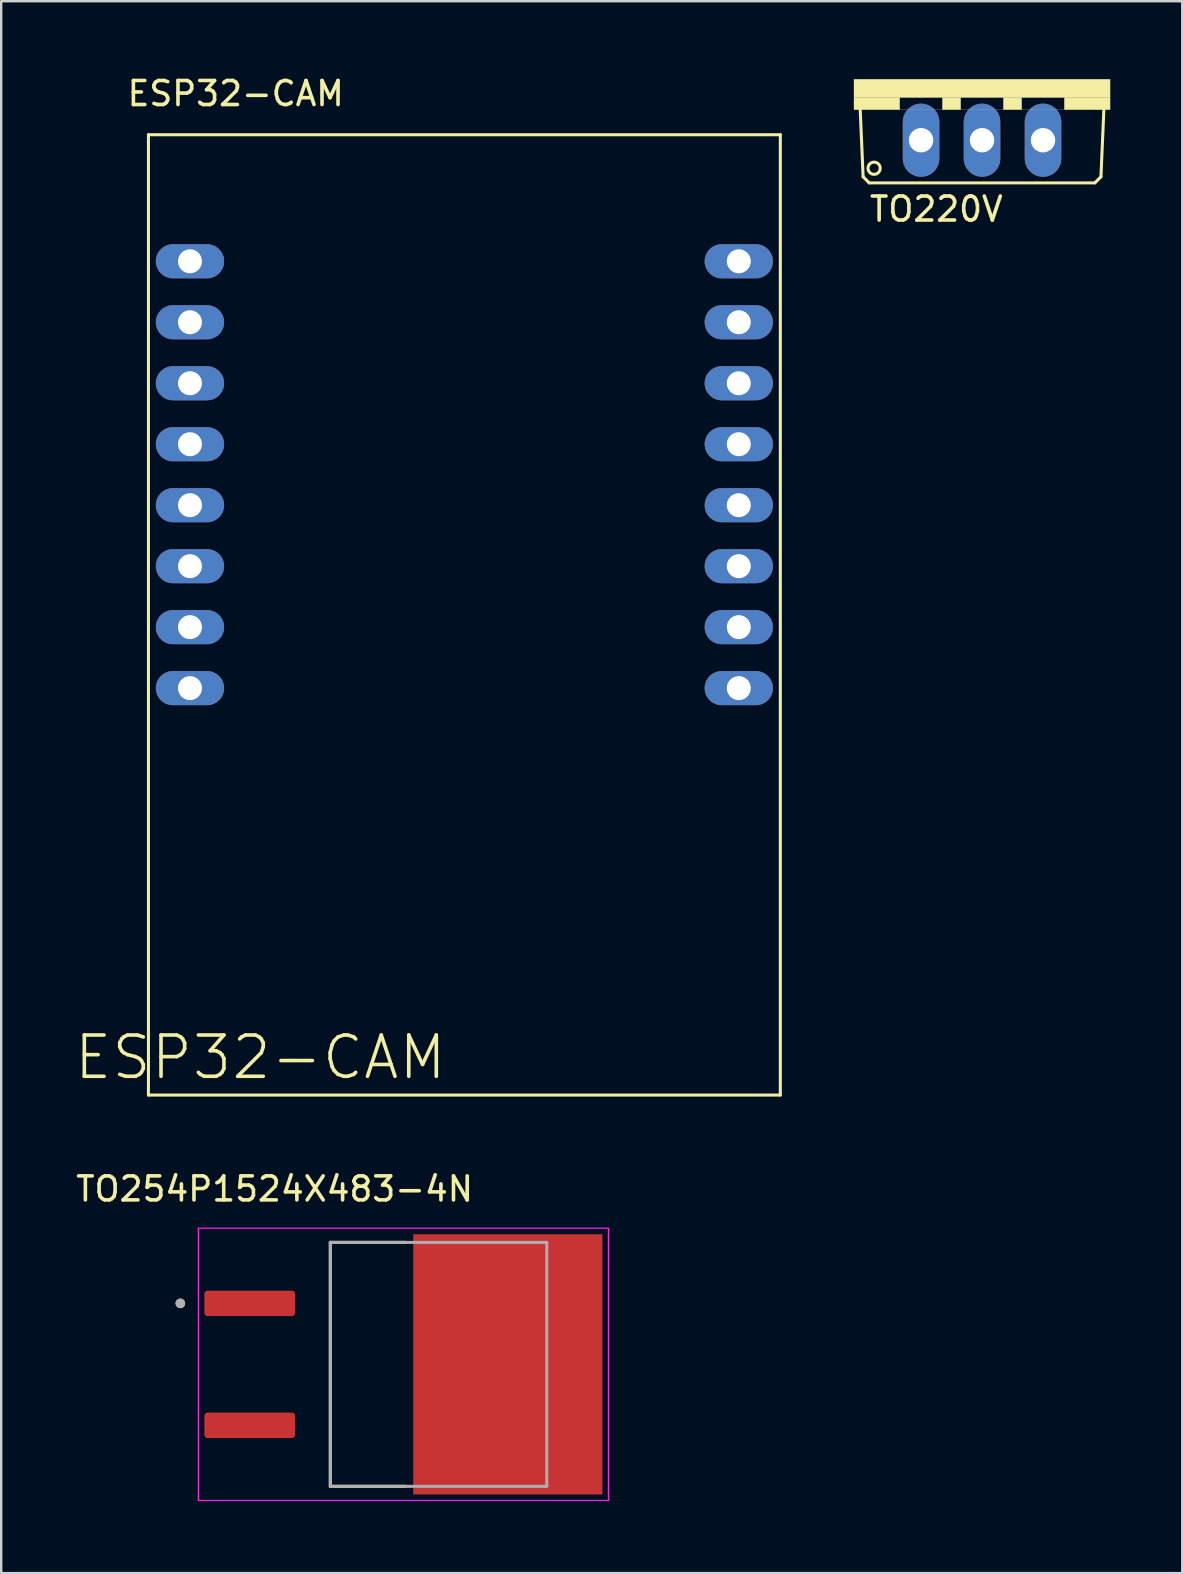
<source format=kicad_pcb>
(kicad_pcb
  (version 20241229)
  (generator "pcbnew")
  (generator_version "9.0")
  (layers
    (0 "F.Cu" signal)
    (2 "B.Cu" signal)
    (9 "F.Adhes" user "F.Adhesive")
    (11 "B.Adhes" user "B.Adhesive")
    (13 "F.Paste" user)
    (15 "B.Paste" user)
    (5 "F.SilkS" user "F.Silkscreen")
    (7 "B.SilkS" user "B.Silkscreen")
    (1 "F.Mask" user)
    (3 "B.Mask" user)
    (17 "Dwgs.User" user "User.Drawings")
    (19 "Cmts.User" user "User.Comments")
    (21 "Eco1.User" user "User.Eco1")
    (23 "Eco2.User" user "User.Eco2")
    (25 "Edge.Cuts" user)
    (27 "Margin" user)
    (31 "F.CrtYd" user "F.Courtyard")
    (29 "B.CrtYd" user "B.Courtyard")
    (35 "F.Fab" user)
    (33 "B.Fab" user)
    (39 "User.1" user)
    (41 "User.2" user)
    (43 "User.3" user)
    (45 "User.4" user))
  (footprint "ESP32-CAM"
    (layer "F.Cu")
    (at 16.293 17.993)
    (property "Reference" "ESP32-CAM" (at -9.525 -17.145 0) (layer "F.SilkS") (effects (font (size 1 1) (thickness 0.15))))
    (attr through_hole)
    (fp_line (start -13.16 -15.43) (end 13.16 -15.43) (stroke (width 0.127) (type solid)) (layer "F.SilkS"))
    (fp_line (start -13.16 24.57) (end -13.16 -15.43) (stroke (width 0.127) (type solid)) (layer "F.SilkS"))
    (fp_line (start 13.16 -15.43) (end 13.16 24.57) (stroke (width 0.127) (type solid)) (layer "F.SilkS"))
    (fp_line (start 13.16 24.57) (end -13.16 24.57) (stroke (width 0.127) (type solid)) (layer "F.SilkS"))
    (fp_text user "ESP32-CAM" (at -8.5 23 0) (layer "F.SilkS") (effects (font (size 1.72 1.72) (thickness 0.15))))
    (pad "P$1" thru_hole oval (at -11.43 -10.16) (size 2.845 1.422) (drill 1) (layers "*.Cu" "*.Mask"))
    (pad "P$2" thru_hole oval (at -11.43 -7.62) (size 2.845 1.422) (drill 1) (layers "*.Cu" "*.Mask"))
    (pad "P$3" thru_hole oval (at -11.43 -5.08) (size 2.845 1.422) (drill 1) (layers "*.Cu" "*.Mask"))
    (pad "P$4" thru_hole oval (at -11.43 -2.54) (size 2.845 1.422) (drill 1) (layers "*.Cu" "*.Mask"))
    (pad "P$5" thru_hole oval (at -11.43 0) (size 2.845 1.422) (drill 1) (layers "*.Cu" "*.Mask"))
    (pad "P$6" thru_hole oval (at -11.43 2.54) (size 2.845 1.422) (drill 1) (layers "*.Cu" "*.Mask"))
    (pad "P$7" thru_hole oval (at -11.43 5.08) (size 2.845 1.422) (drill 1) (layers "*.Cu" "*.Mask"))
    (pad "P$8" thru_hole oval (at -11.43 7.62) (size 2.845 1.422) (drill 1) (layers "*.Cu" "*.Mask"))
    (pad "P$9" thru_hole oval (at 11.43 7.62) (size 2.845 1.422) (drill 1) (layers "*.Cu" "*.Mask"))
    (pad "P$10" thru_hole oval (at 11.43 5.08) (size 2.845 1.422) (drill 1) (layers "*.Cu" "*.Mask"))
    (pad "P$11" thru_hole oval (at 11.43 2.54) (size 2.845 1.422) (drill 1) (layers "*.Cu" "*.Mask"))
    (pad "P$12" thru_hole oval (at 11.43 0) (size 2.845 1.422) (drill 1) (layers "*.Cu" "*.Mask"))
    (pad "P$13" thru_hole oval (at 11.43 -2.54) (size 2.845 1.422) (drill 1) (layers "*.Cu" "*.Mask"))
    (pad "P$14" thru_hole oval (at 11.43 -5.08) (size 2.845 1.422) (drill 1) (layers "*.Cu" "*.Mask"))
    (pad "P$15" thru_hole oval (at 11.43 -7.62) (size 2.845 1.422) (drill 1) (layers "*.Cu" "*.Mask"))
    (pad "P$16" thru_hole oval (at 11.43 -10.16) (size 2.845 1.422) (drill 1) (layers "*.Cu" "*.Mask")))
  (footprint "TO254P1524X483-4N"
    (layer "F.Cu")
    (at 13.752 53.78)
    (property "Reference" "TO254P1524X483-4N" (at -5.365 -7.305 0) (layer "F.SilkS") (effects (font (size 1 1) (thickness 0.15))))
    (attr smd)
    (fp_line (start -3.042 -5.08) (end -3.042 5.08) (stroke (width 0.127) (type solid)) (layer "F.SilkS"))
    (fp_line (start -3.042 5.08) (end 0.09 5.08) (stroke (width 0.127) (type solid)) (layer "F.SilkS"))
    (fp_line (start 0.09 -5.08) (end -3.042 -5.08) (stroke (width 0.127) (type solid)) (layer "F.SilkS"))
    (fp_circle (center -9.29 -2.54) (end -9.19 -2.54) (stroke (width 0.2) (type solid)) (fill no) (layer "F.SilkS"))
    (fp_poly (pts (xy 0.96 -5.15) (xy 2.48 -5.15) (xy 2.48 -3.9) (xy 0.96 -3.9)) (stroke (width 0.01) (type solid)) (fill yes) (layer "F.Paste"))
    (fp_poly (pts (xy 0.96 -3.34) (xy 2.48 -3.34) (xy 2.48 -2.09) (xy 0.96 -2.09)) (stroke (width 0.01) (type solid)) (fill yes) (layer "F.Paste"))
    (fp_poly (pts (xy 0.96 -1.53) (xy 2.48 -1.53) (xy 2.48 -0.28) (xy 0.96 -0.28)) (stroke (width 0.01) (type solid)) (fill yes) (layer "F.Paste"))
    (fp_poly (pts (xy 0.96 0.28) (xy 2.48 0.28) (xy 2.48 1.53) (xy 0.96 1.53)) (stroke (width 0.01) (type solid)) (fill yes) (layer "F.Paste"))
    (fp_poly (pts (xy 0.96 2.09) (xy 2.48 2.09) (xy 2.48 3.34) (xy 0.96 3.34)) (stroke (width 0.01) (type solid)) (fill yes) (layer "F.Paste"))
    (fp_poly (pts (xy 0.96 3.9) (xy 2.48 3.9) (xy 2.48 5.15) (xy 0.96 5.15)) (stroke (width 0.01) (type solid)) (fill yes) (layer "F.Paste"))
    (fp_poly (pts (xy 3.59 -5.15) (xy 5.11 -5.15) (xy 5.11 -3.9) (xy 3.59 -3.9)) (stroke (width 0.01) (type solid)) (fill yes) (layer "F.Paste"))
    (fp_poly (pts (xy 3.59 -3.34) (xy 5.11 -3.34) (xy 5.11 -2.09) (xy 3.59 -2.09)) (stroke (width 0.01) (type solid)) (fill yes) (layer "F.Paste"))
    (fp_poly (pts (xy 3.59 -1.53) (xy 5.11 -1.53) (xy 5.11 -0.28) (xy 3.59 -0.28)) (stroke (width 0.01) (type solid)) (fill yes) (layer "F.Paste"))
    (fp_poly (pts (xy 3.59 0.28) (xy 5.11 0.28) (xy 5.11 1.53) (xy 3.59 1.53)) (stroke (width 0.01) (type solid)) (fill yes) (layer "F.Paste"))
    (fp_poly (pts (xy 3.59 2.09) (xy 5.11 2.09) (xy 5.11 3.34) (xy 3.59 3.34)) (stroke (width 0.01) (type solid)) (fill yes) (layer "F.Paste"))
    (fp_poly (pts (xy 3.59 3.9) (xy 5.11 3.9) (xy 5.11 5.15) (xy 3.59 5.15)) (stroke (width 0.01) (type solid)) (fill yes) (layer "F.Paste"))
    (fp_poly (pts (xy 6.22 -5.15) (xy 7.74 -5.15) (xy 7.74 -3.9) (xy 6.22 -3.9)) (stroke (width 0.01) (type solid)) (fill yes) (layer "F.Paste"))
    (fp_poly (pts (xy 6.22 -3.34) (xy 7.74 -3.34) (xy 7.74 -2.09) (xy 6.22 -2.09)) (stroke (width 0.01) (type solid)) (fill yes) (layer "F.Paste"))
    (fp_poly (pts (xy 6.22 -1.53) (xy 7.74 -1.53) (xy 7.74 -0.28) (xy 6.22 -0.28)) (stroke (width 0.01) (type solid)) (fill yes) (layer "F.Paste"))
    (fp_poly (pts (xy 6.22 0.28) (xy 7.74 0.28) (xy 7.74 1.53) (xy 6.22 1.53)) (stroke (width 0.01) (type solid)) (fill yes) (layer "F.Paste"))
    (fp_poly (pts (xy 6.22 2.09) (xy 7.74 2.09) (xy 7.74 3.34) (xy 6.22 3.34)) (stroke (width 0.01) (type solid)) (fill yes) (layer "F.Paste"))
    (fp_poly (pts (xy 6.22 3.9) (xy 7.74 3.9) (xy 7.74 5.15) (xy 6.22 5.15)) (stroke (width 0.01) (type solid)) (fill yes) (layer "F.Paste"))
    (fp_line (start -8.54 -5.67) (end -8.54 5.67) (stroke (width 0.05) (type solid)) (layer "F.CrtYd"))
    (fp_line (start -8.54 5.67) (end 8.54 5.67) (stroke (width 0.05) (type solid)) (layer "F.CrtYd"))
    (fp_line (start 8.54 -5.67) (end -8.54 -5.67) (stroke (width 0.05) (type solid)) (layer "F.CrtYd"))
    (fp_line (start 8.54 5.67) (end 8.54 -5.67) (stroke (width 0.05) (type solid)) (layer "F.CrtYd"))
    (fp_line (start -3.042 -5.08) (end -3.042 5.08) (stroke (width 0.127) (type solid)) (layer "F.Fab"))
    (fp_line (start -3.042 5.08) (end 5.973 5.08) (stroke (width 0.127) (type solid)) (layer "F.Fab"))
    (fp_line (start 5.973 -5.08) (end -3.042 -5.08) (stroke (width 0.127) (type solid)) (layer "F.Fab"))
    (fp_line (start 5.973 5.08) (end 5.973 -5.08) (stroke (width 0.127) (type solid)) (layer "F.Fab"))
    (fp_circle (center -9.29 -2.54) (end -9.19 -2.54) (stroke (width 0.2) (type solid)) (fill no) (layer "F.Fab"))
    (pad "1" smd roundrect (at -6.4 -2.54) (size 3.78 1.06) (layers "F.Cu" "F.Mask" "F.Paste") (roundrect_rratio 0.125))
    (pad "3" smd roundrect (at -6.4 2.54) (size 3.78 1.06) (layers "F.Cu" "F.Mask" "F.Paste") (roundrect_rratio 0.125))
    (pad "4" smd rect (at 4.35 0) (size 7.88 10.84) (layers "F.Cu" "F.Mask")))
  (footprint "TO220V"
    (layer "F.Cu")
    (at 37.855 0.25)
    (property "Reference" "TO220V" (at -1.905 5.41 0) (layer "F.SilkS") (effects (font (size 1 1) (thickness 0.15))))
    (attr through_hole)
    (fp_line (start -4.953 4.064) (end -5.08 1.143) (stroke (width 0.127) (type solid)) (layer "F.SilkS"))
    (fp_line (start -4.953 4.064) (end -4.699 4.318) (stroke (width 0.127) (type solid)) (layer "F.SilkS"))
    (fp_line (start 4.699 4.318) (end -4.699 4.318) (stroke (width 0.127) (type solid)) (layer "F.SilkS"))
    (fp_line (start 4.699 4.318) (end 4.953 4.064) (stroke (width 0.127) (type solid)) (layer "F.SilkS"))
    (fp_line (start 5.08 1.143) (end 4.953 4.064) (stroke (width 0.127) (type solid)) (layer "F.SilkS"))
    (fp_circle (center -4.496 3.708) (end -4.242 3.708) (stroke (width 0.127) (type solid)) (fill no) (layer "F.SilkS"))
    (fp_poly (pts (xy -5.334 0) (xy 5.334 0) (xy 5.334 0.762) (xy -5.334 0.762)) (stroke (width 0.01) (type solid)) (fill yes) (layer "F.SilkS"))
    (fp_poly (pts (xy -5.334 0.762) (xy -3.429 0.762) (xy -3.429 1.27) (xy -5.334 1.27)) (stroke (width 0.01) (type solid)) (fill yes) (layer "F.SilkS"))
    (fp_poly (pts (xy -1.651 0.762) (xy -0.889 0.762) (xy -0.889 1.27) (xy -1.651 1.27)) (stroke (width 0.01) (type solid)) (fill yes) (layer "F.SilkS"))
    (fp_poly (pts (xy 0.889 0.762) (xy 1.651 0.762) (xy 1.651 1.27) (xy 0.889 1.27)) (stroke (width 0.01) (type solid)) (fill yes) (layer "F.SilkS"))
    (fp_poly (pts (xy 3.429 0.762) (xy 5.334 0.762) (xy 5.334 1.27) (xy 3.429 1.27)) (stroke (width 0.01) (type solid)) (fill yes) (layer "F.SilkS"))
    (fp_poly (pts (xy -3.429 0.762) (xy -1.651 0.762) (xy -1.651 1.27) (xy -3.429 1.27)) (stroke (width 0.01) (type solid)) (fill no) (layer "F.Fab"))
    (fp_poly (pts (xy -0.889 0.762) (xy 0.889 0.762) (xy 0.889 1.27) (xy -0.889 1.27)) (stroke (width 0.01) (type solid)) (fill no) (layer "F.Fab"))
    (fp_poly (pts (xy 1.651 0.762) (xy 3.429 0.762) (xy 3.429 1.27) (xy 1.651 1.27)) (stroke (width 0.01) (type solid)) (fill no) (layer "F.Fab"))
    (pad "1" thru_hole oval (at -2.54 2.54) (size 1.524 3.048) (drill 1.016) (layers "*.Cu" "*.Mask"))
    (pad "2" thru_hole oval (at 0 2.54) (size 1.524 3.048) (drill 1.016) (layers "*.Cu" "*.Mask"))
    (pad "3" thru_hole oval (at 2.54 2.54) (size 1.524 3.048) (drill 1.016) (layers "*.Cu" "*.Mask")))
  (gr_rect
    (start -3 -3)
    (end 46.194 62.475)
    (stroke (width 0.1) (type default))
    (fill no)
    (layer "Edge.Cuts")))
</source>
